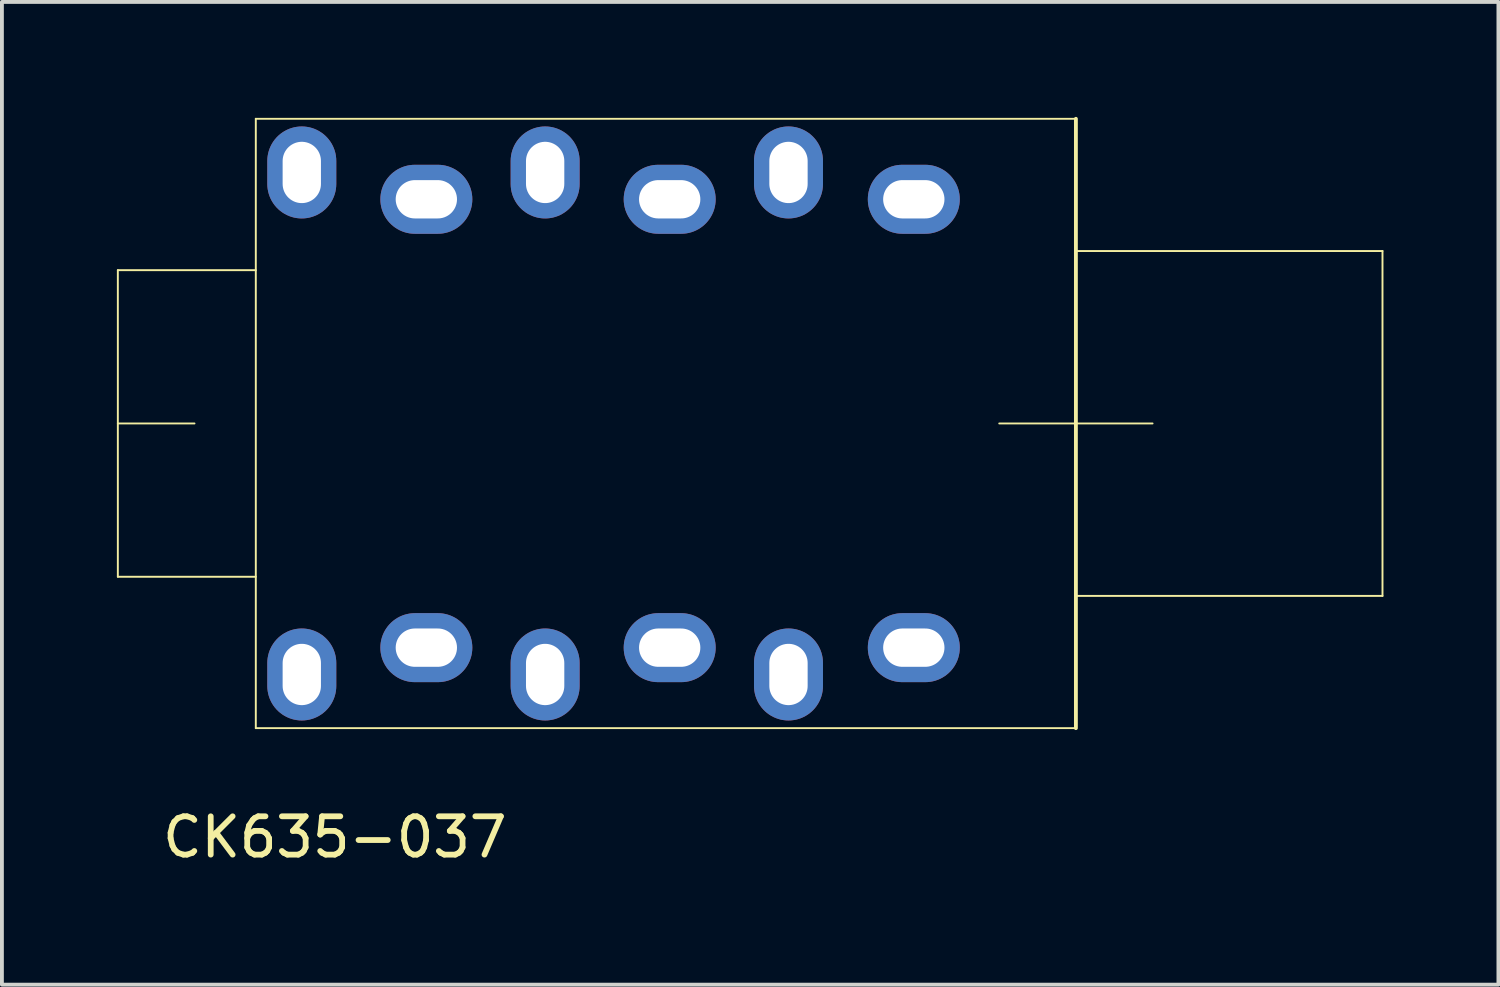
<source format=kicad_pcb>
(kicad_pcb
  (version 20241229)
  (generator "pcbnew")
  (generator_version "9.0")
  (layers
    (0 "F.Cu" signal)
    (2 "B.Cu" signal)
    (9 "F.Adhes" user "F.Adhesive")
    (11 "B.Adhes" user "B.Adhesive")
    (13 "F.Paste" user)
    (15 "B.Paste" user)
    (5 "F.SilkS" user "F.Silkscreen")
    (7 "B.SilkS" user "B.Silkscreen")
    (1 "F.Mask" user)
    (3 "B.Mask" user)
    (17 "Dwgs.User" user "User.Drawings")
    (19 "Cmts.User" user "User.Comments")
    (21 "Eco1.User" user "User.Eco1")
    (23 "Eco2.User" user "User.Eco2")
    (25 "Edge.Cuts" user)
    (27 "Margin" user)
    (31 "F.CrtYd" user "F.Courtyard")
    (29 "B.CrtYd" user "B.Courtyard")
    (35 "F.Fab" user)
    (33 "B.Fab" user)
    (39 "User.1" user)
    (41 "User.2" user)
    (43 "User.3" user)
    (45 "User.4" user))
  (footprint "CK635-037"
    (layer "F.Cu")
    (at 25.025 8)
    (property "Reference" "CK635-037" (at -19.338 10.796 0) (layer "F.SilkS") (effects (font (size 1 1) (thickness 0.15))))
    (attr through_hole)
    (fp_line (start -25 -4) (end -25 4) (stroke (width 0.05) (type solid)) (layer "F.SilkS"))
    (fp_line (start -25 -4) (end -21.4 -4) (stroke (width 0.05) (type solid)) (layer "F.SilkS"))
    (fp_line (start -25 0) (end -23 0) (stroke (width 0.05) (type solid)) (layer "F.SilkS"))
    (fp_line (start -25 4) (end -21.4 4) (stroke (width 0.05) (type solid)) (layer "F.SilkS"))
    (fp_line (start -21.4 -7.95) (end -21.4 7.95) (stroke (width 0.05) (type solid)) (layer "F.SilkS"))
    (fp_line (start -2 0) (end 2 0) (stroke (width 0.05) (type solid)) (layer "F.SilkS"))
    (fp_line (start 0 -7.95) (end -21.4 -7.95) (stroke (width 0.05) (type solid)) (layer "F.SilkS"))
    (fp_line (start 0 -7.95) (end 0 7.95) (stroke (width 0.1) (type solid)) (layer "F.SilkS"))
    (fp_line (start 0 7.95) (end -21.4 7.95) (stroke (width 0.05) (type solid)) (layer "F.SilkS"))
    (fp_line (start 8 -4.5) (end 0 -4.5) (stroke (width 0.05) (type solid)) (layer "F.SilkS"))
    (fp_line (start 8 -4.5) (end 8 4.5) (stroke (width 0.05) (type solid)) (layer "F.SilkS"))
    (fp_line (start 8 4.5) (end 0 4.5) (stroke (width 0.05) (type solid)) (layer "F.SilkS"))
    (pad "R1" thru_hole oval (at -10.6 -5.85) (size 2.4 1.8) (drill oval 1.6 1) (layers "*.Cu" "*.Mask"))
    (pad "R2" thru_hole oval (at -13.85 -6.55) (size 1.8 2.4) (drill oval 1 1.6) (layers "*.Cu" "*.Mask"))
    (pad "RN1" thru_hole oval (at -10.6 5.85) (size 2.4 1.8) (drill oval 1.6 1) (layers "*.Cu" "*.Mask"))
    (pad "RN2" thru_hole oval (at -13.85 6.55) (size 1.8 2.4) (drill oval 1 1.6) (layers "*.Cu" "*.Mask"))
    (pad "S1" thru_hole oval (at -4.23 -5.85) (size 2.4 1.8) (drill oval 1.6 1) (layers "*.Cu" "*.Mask"))
    (pad "S2" thru_hole oval (at -7.5 -6.55) (size 1.8 2.4) (drill oval 1 1.6) (layers "*.Cu" "*.Mask"))
    (pad "SN1" thru_hole oval (at -4.23 5.85) (size 2.4 1.8) (drill oval 1.6 1) (layers "*.Cu" "*.Mask"))
    (pad "SN2" thru_hole oval (at -7.5 6.55) (size 1.8 2.4) (drill oval 1 1.6) (layers "*.Cu" "*.Mask"))
    (pad "T1" thru_hole oval (at -16.95 -5.85) (size 2.4 1.8) (drill oval 1.6 1) (layers "*.Cu" "*.Mask"))
    (pad "T2" thru_hole oval (at -20.2 -6.55) (size 1.8 2.4) (drill oval 1 1.6) (layers "*.Cu" "*.Mask"))
    (pad "TN1" thru_hole oval (at -16.95 5.85) (size 2.4 1.8) (drill oval 1.6 1) (layers "*.Cu" "*.Mask"))
    (pad "TN2" thru_hole oval (at -20.2 6.55) (size 1.8 2.4) (drill oval 1 1.6) (layers "*.Cu" "*.Mask")))
  (gr_rect
    (start -3 -3)
    (end 36.05 22.644)
    (stroke (width 0.1) (type default))
    (fill no)
    (layer "Edge.Cuts")))
</source>
